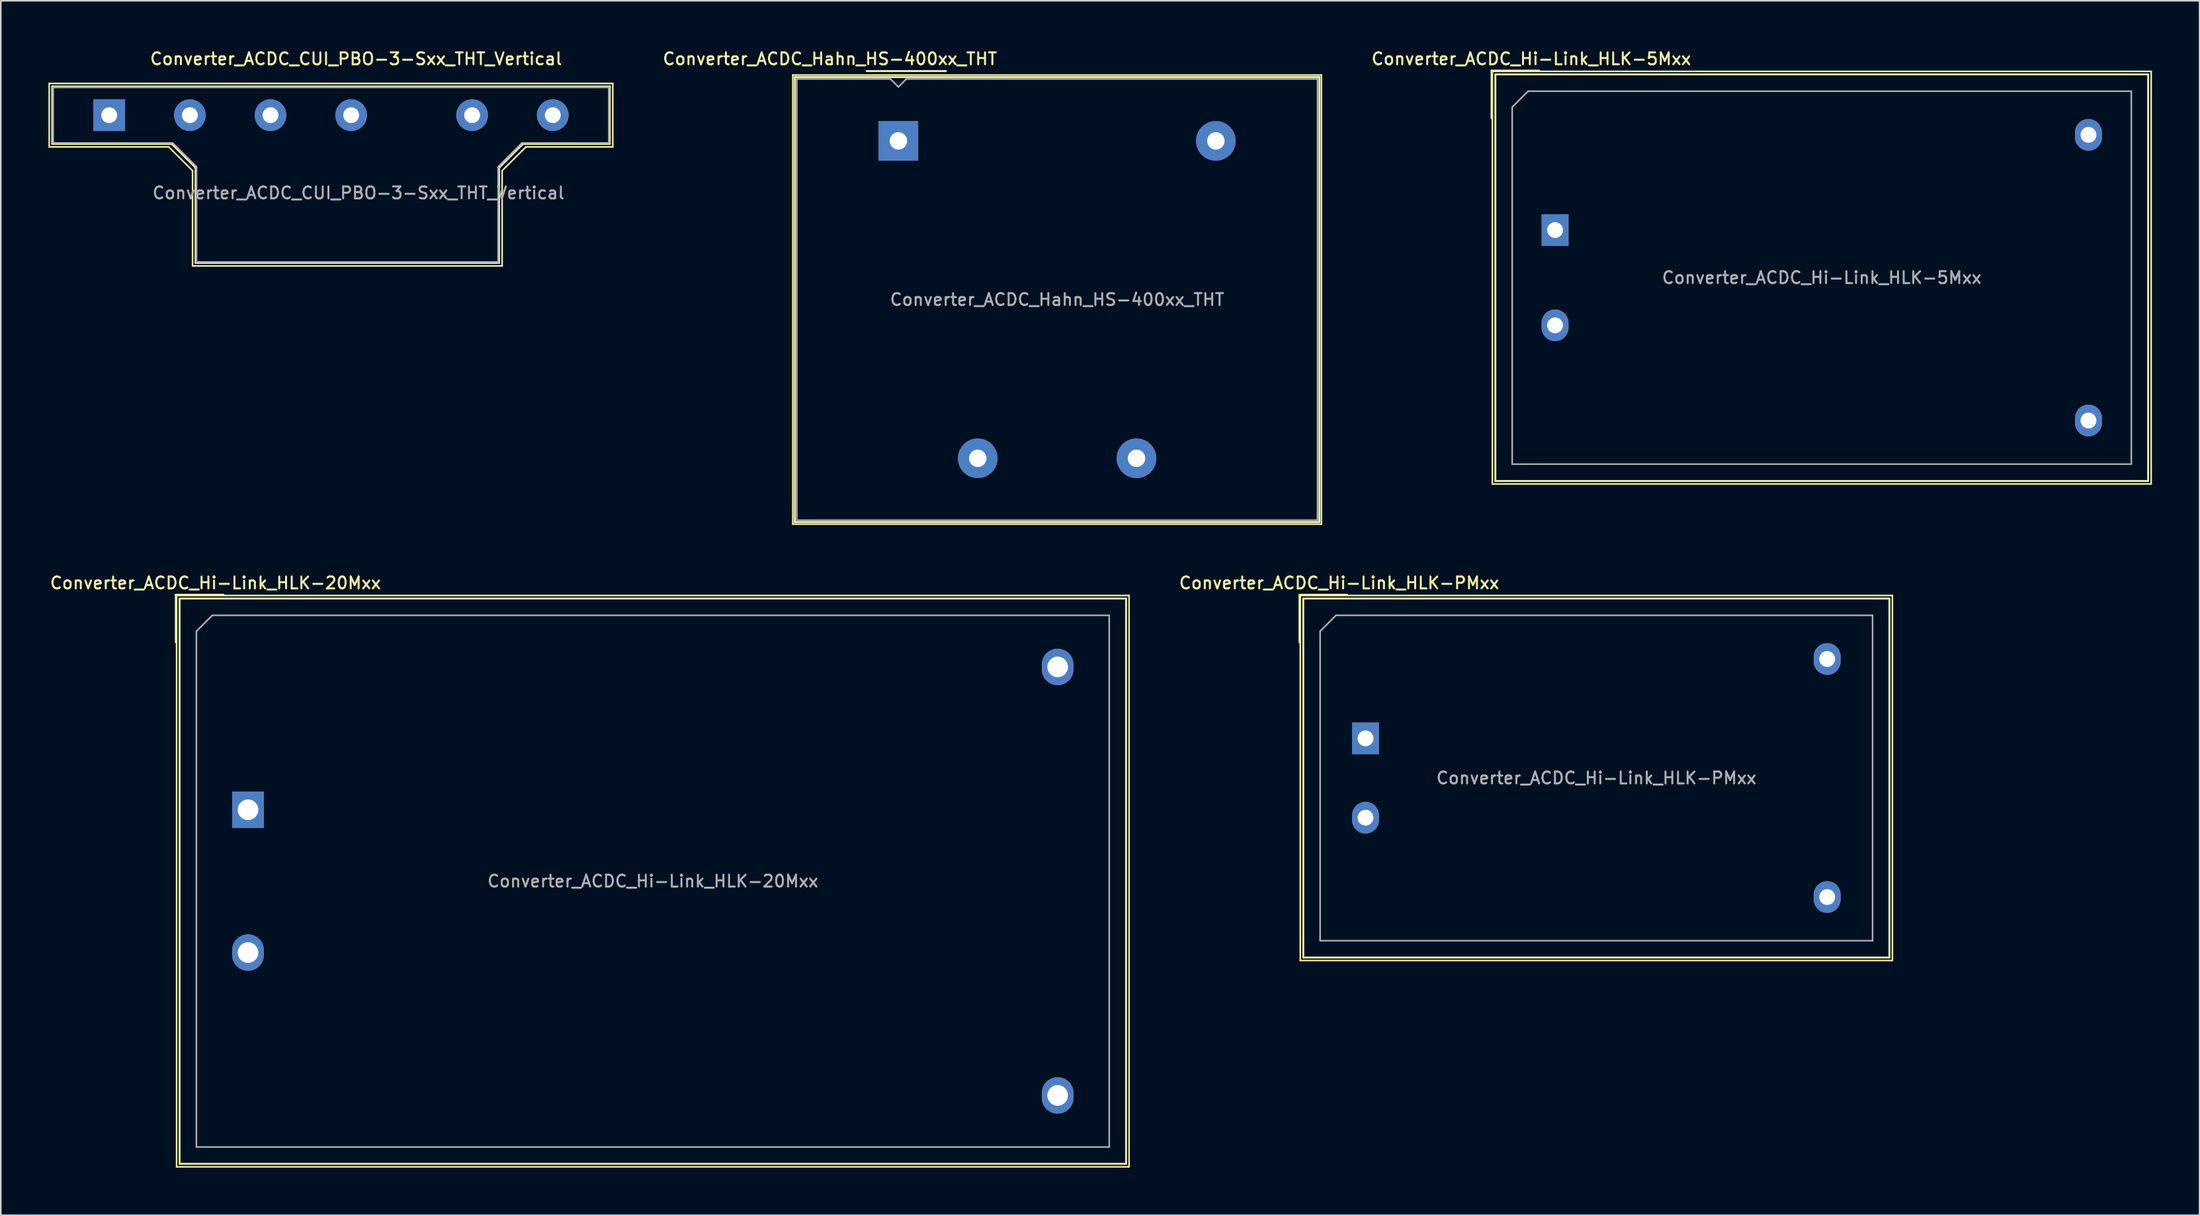
<source format=kicad_pcb>
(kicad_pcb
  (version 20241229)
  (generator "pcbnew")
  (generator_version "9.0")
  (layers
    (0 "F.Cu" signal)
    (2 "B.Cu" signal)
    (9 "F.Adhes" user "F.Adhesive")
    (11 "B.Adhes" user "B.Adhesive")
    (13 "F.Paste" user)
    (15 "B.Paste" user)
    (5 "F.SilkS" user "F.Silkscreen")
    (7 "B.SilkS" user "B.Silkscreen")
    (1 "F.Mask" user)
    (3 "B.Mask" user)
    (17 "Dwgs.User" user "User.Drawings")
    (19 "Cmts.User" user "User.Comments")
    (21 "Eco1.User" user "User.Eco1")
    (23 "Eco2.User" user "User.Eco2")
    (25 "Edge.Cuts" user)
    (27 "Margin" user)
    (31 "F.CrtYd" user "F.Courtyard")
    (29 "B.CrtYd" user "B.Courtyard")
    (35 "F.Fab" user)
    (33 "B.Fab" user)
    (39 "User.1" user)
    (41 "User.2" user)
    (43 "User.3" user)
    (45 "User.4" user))
  (footprint "Converter_ACDC_Hi-Link_HLK-5Mxx"
    (layer "F.Cu")
    (at 94.906 11.448)
    (property "Reference" "Converter_ACDC_Hi-Link_HLK-5Mxx" (at -1.5 -10.79 0) (layer "F.SilkS") (effects (font (size 0.75 0.75) (thickness 0.125))))
    (attr through_hole)
    (fp_line (start -4 -10.05) (end -1 -10.05) (stroke (width 0.12) (type solid)) (layer "F.SilkS"))
    (fp_line (start -4 -7.05) (end -4 -10.05) (stroke (width 0.12) (type solid)) (layer "F.SilkS"))
    (fp_line (start -3.95 -10) (end -3.95 16) (stroke (width 0.1) (type solid)) (layer "F.SilkS"))
    (fp_line (start -3.95 -10) (end 37.55 -10) (stroke (width 0.1) (type solid)) (layer "F.SilkS"))
    (fp_line (start -3.95 16) (end 37.55 16) (stroke (width 0.1) (type solid)) (layer "F.SilkS"))
    (fp_line (start -3.76 -9.81) (end -3.76 15.81) (stroke (width 0.12) (type solid)) (layer "F.SilkS"))
    (fp_line (start -3.76 -9.81) (end 37.36 -9.81) (stroke (width 0.12) (type solid)) (layer "F.SilkS"))
    (fp_line (start -3.76 15.81) (end 37.36 15.81) (stroke (width 0.12) (type solid)) (layer "F.SilkS"))
    (fp_line (start 37.36 -9.81) (end 37.36 15.81) (stroke (width 0.12) (type solid)) (layer "F.SilkS"))
    (fp_line (start 37.55 -10) (end 37.55 16) (stroke (width 0.1) (type solid)) (layer "F.SilkS"))
    (fp_line (start -2.7 -7.75) (end -1.7 -8.75) (stroke (width 0.1) (type solid)) (layer "F.Fab"))
    (fp_line (start -2.7 14.75) (end -2.7 -7.75) (stroke (width 0.1) (type solid)) (layer "F.Fab"))
    (fp_line (start -1.7 -8.75) (end 36.3 -8.75) (stroke (width 0.1) (type solid)) (layer "F.Fab"))
    (fp_line (start 36.3 -8.75) (end 36.3 14.75) (stroke (width 0.1) (type solid)) (layer "F.Fab"))
    (fp_line (start 36.3 14.75) (end -2.7 14.75) (stroke (width 0.1) (type solid)) (layer "F.Fab"))
    (fp_text user "${REFERENCE}" (at 16.8 3 0) (layer "F.Fab") (effects (font (size 0.75 0.75) (thickness 0.125))))
    (pad "1" thru_hole rect (at 0 0) (size 1.7 2) (drill 1) (layers "*.Cu" "*.Mask"))
    (pad "2" thru_hole oval (at 0 6) (size 1.7 2) (drill 1) (layers "*.Cu" "*.Mask"))
    (pad "3" thru_hole oval (at 33.6 -6) (size 1.7 2) (drill 1) (layers "*.Cu" "*.Mask"))
    (pad "4" thru_hole oval (at 33.6 12) (size 1.7 2) (drill 1) (layers "*.Cu" "*.Mask")))
  (footprint "Converter_ACDC_Hi-Link_HLK-20Mxx"
    (layer "F.Cu")
    (at 12.573 47.976)
    (property "Reference" "Converter_ACDC_Hi-Link_HLK-20Mxx" (at -2.05 -14.29 0) (layer "F.SilkS") (effects (font (size 0.75 0.75) (thickness 0.125))))
    (attr through_hole)
    (fp_line (start -4.55 -13.55) (end -1.55 -13.55) (stroke (width 0.12) (type solid)) (layer "F.SilkS"))
    (fp_line (start -4.55 -10.55) (end -4.55 -13.55) (stroke (width 0.12) (type solid)) (layer "F.SilkS"))
    (fp_line (start -4.5 -13.5) (end -4.5 22.5) (stroke (width 0.1) (type solid)) (layer "F.SilkS"))
    (fp_line (start -4.5 -13.5) (end 55.5 -13.5) (stroke (width 0.1) (type solid)) (layer "F.SilkS"))
    (fp_line (start -4.5 22.5) (end 55.5 22.5) (stroke (width 0.1) (type solid)) (layer "F.SilkS"))
    (fp_line (start -4.31 -13.31) (end -4.31 22.31) (stroke (width 0.12) (type solid)) (layer "F.SilkS"))
    (fp_line (start -4.31 -13.31) (end 55.31 -13.31) (stroke (width 0.12) (type solid)) (layer "F.SilkS"))
    (fp_line (start -4.31 22.31) (end 55.31 22.31) (stroke (width 0.12) (type solid)) (layer "F.SilkS"))
    (fp_line (start 55.31 -13.31) (end 55.31 22.31) (stroke (width 0.12) (type solid)) (layer "F.SilkS"))
    (fp_line (start 55.5 -13.5) (end 55.5 22.5) (stroke (width 0.1) (type solid)) (layer "F.SilkS"))
    (fp_line (start -3.25 -11.25) (end -2.25 -12.25) (stroke (width 0.1) (type solid)) (layer "F.Fab"))
    (fp_line (start -3.25 21.25) (end -3.25 -11.25) (stroke (width 0.1) (type solid)) (layer "F.Fab"))
    (fp_line (start -2.25 -12.25) (end 54.25 -12.25) (stroke (width 0.1) (type solid)) (layer "F.Fab"))
    (fp_line (start 54.25 -12.25) (end 54.25 21.25) (stroke (width 0.1) (type solid)) (layer "F.Fab"))
    (fp_line (start 54.25 21.25) (end -3.25 21.25) (stroke (width 0.1) (type solid)) (layer "F.Fab"))
    (fp_text user "${REFERENCE}" (at 25.5 4.5 0) (layer "F.Fab") (effects (font (size 0.75 0.75) (thickness 0.125))))
    (pad "1" thru_hole rect (at 0 0) (size 2 2.3) (drill 1.3) (layers "*.Cu" "*.Mask"))
    (pad "2" thru_hole oval (at 0 9) (size 2 2.3) (drill 1.3) (layers "*.Cu" "*.Mask"))
    (pad "3" thru_hole oval (at 51 -9) (size 2 2.3) (drill 1.3) (layers "*.Cu" "*.Mask"))
    (pad "4" thru_hole oval (at 51 18) (size 2 2.3) (drill 1.3) (layers "*.Cu" "*.Mask")))
  (footprint "Converter_ACDC_CUI_PBO-3-Sxx_THT_Vertical"
    (layer "F.Cu")
    (at 3.83 4.208)
    (property "Reference" "Converter_ACDC_CUI_PBO-3-Sxx_THT_Vertical" (at 15.55 -3.55 0) (layer "F.SilkS") (effects (font (size 0.75 0.75) (thickness 0.125))))
    (attr through_hole)
    (fp_line (start -3.78 -2) (end 31.72 -2) (stroke (width 0.1) (type solid)) (layer "F.SilkS"))
    (fp_line (start -3.78 2) (end -3.78 -2) (stroke (width 0.1) (type solid)) (layer "F.SilkS"))
    (fp_line (start -3.59 -1.81) (end 31.53 -1.81) (stroke (width 0.12) (type solid)) (layer "F.SilkS"))
    (fp_line (start -3.59 1.81) (end -3.59 -1.81) (stroke (width 0.12) (type solid)) (layer "F.SilkS"))
    (fp_line (start 3.75 2) (end -3.78 2) (stroke (width 0.1) (type solid)) (layer "F.SilkS"))
    (fp_line (start 3.94 1.81) (end -3.59 1.81) (stroke (width 0.12) (type solid)) (layer "F.SilkS"))
    (fp_line (start 5.25 3.5) (end 3.75 2) (stroke (width 0.1) (type solid)) (layer "F.SilkS"))
    (fp_line (start 5.25 9.5) (end 5.25 3.5) (stroke (width 0.1) (type solid)) (layer "F.SilkS"))
    (fp_line (start 5.44 3.31) (end 3.94 1.81) (stroke (width 0.12) (type solid)) (layer "F.SilkS"))
    (fp_line (start 5.44 9.31) (end 5.44 3.31) (stroke (width 0.12) (type solid)) (layer "F.SilkS"))
    (fp_line (start 24.56 3.31) (end 24.56 9.31) (stroke (width 0.12) (type solid)) (layer "F.SilkS"))
    (fp_line (start 24.56 9.31) (end 5.44 9.31) (stroke (width 0.12) (type solid)) (layer "F.SilkS"))
    (fp_line (start 24.75 3.5) (end 24.75 9.5) (stroke (width 0.1) (type solid)) (layer "F.SilkS"))
    (fp_line (start 24.75 9.5) (end 5.25 9.5) (stroke (width 0.1) (type solid)) (layer "F.SilkS"))
    (fp_line (start 26.06 1.81) (end 24.56 3.31) (stroke (width 0.12) (type solid)) (layer "F.SilkS"))
    (fp_line (start 26.25 2) (end 24.75 3.5) (stroke (width 0.1) (type solid)) (layer "F.SilkS"))
    (fp_line (start 31.53 -1.81) (end 31.53 1.81) (stroke (width 0.12) (type solid)) (layer "F.SilkS"))
    (fp_line (start 31.53 1.81) (end 26.06 1.81) (stroke (width 0.12) (type solid)) (layer "F.SilkS"))
    (fp_line (start 31.72 -2) (end 31.72 2) (stroke (width 0.1) (type solid)) (layer "F.SilkS"))
    (fp_line (start 31.72 2) (end 26.25 2) (stroke (width 0.1) (type solid)) (layer "F.SilkS"))
    (fp_line (start -3.53 -1.75) (end -3.53 1.75) (stroke (width 0.1) (type solid)) (layer "F.Fab"))
    (fp_line (start -3.53 -1.75) (end 31.47 -1.75) (stroke (width 0.1) (type solid)) (layer "F.Fab"))
    (fp_line (start -3.53 1.75) (end 4 1.75) (stroke (width 0.1) (type solid)) (layer "F.Fab"))
    (fp_line (start 4 1.75) (end 5.5 3.25) (stroke (width 0.1) (type solid)) (layer "F.Fab"))
    (fp_line (start 5.5 3.25) (end 5.5 9.25) (stroke (width 0.1) (type solid)) (layer "F.Fab"))
    (fp_line (start 5.5 9.25) (end 24.5 9.25) (stroke (width 0.1) (type solid)) (layer "F.Fab"))
    (fp_line (start 24.5 3.25) (end 24.5 9.25) (stroke (width 0.1) (type solid)) (layer "F.Fab"))
    (fp_line (start 24.5 3.25) (end 26 1.75) (stroke (width 0.1) (type solid)) (layer "F.Fab"))
    (fp_line (start 26 1.75) (end 31.47 1.75) (stroke (width 0.1) (type solid)) (layer "F.Fab"))
    (fp_line (start 31.47 -1.75) (end 31.47 1.75) (stroke (width 0.1) (type solid)) (layer "F.Fab"))
    (fp_text user "${REFERENCE}" (at 15.7 4.9 0) (layer "F.Fab") (effects (font (size 0.75 0.75) (thickness 0.125))))
    (pad "1" thru_hole rect (at 0 0) (size 2 2) (drill 1) (layers "*.Cu" "*.Mask"))
    (pad "3" thru_hole circle (at 5.08 0) (size 2 2) (drill 1) (layers "*.Cu" "*.Mask"))
    (pad "5" thru_hole circle (at 10.16 0) (size 2 2) (drill 1) (layers "*.Cu" "*.Mask"))
    (pad "7" thru_hole circle (at 15.24 0) (size 2 2) (drill 1) (layers "*.Cu" "*.Mask"))
    (pad "10" thru_hole circle (at 22.86 0) (size 2 2) (drill 1) (layers "*.Cu" "*.Mask"))
    (pad "12" thru_hole circle (at 27.94 0) (size 2 2) (drill 1) (layers "*.Cu" "*.Mask")))
  (footprint "Converter_ACDC_Hi-Link_HLK-PMxx"
    (layer "F.Cu")
    (at 82.967 43.476)
    (property "Reference" "Converter_ACDC_Hi-Link_HLK-PMxx" (at -1.66 -9.79 0) (layer "F.SilkS") (effects (font (size 0.75 0.75) (thickness 0.125))))
    (attr through_hole)
    (fp_line (start -4.16 -9.05) (end -1.16 -9.05) (stroke (width 0.12) (type solid)) (layer "F.SilkS"))
    (fp_line (start -4.16 -6.05) (end -4.16 -9.05) (stroke (width 0.12) (type solid)) (layer "F.SilkS"))
    (fp_line (start -4.11 -9) (end -4.11 14) (stroke (width 0.1) (type solid)) (layer "F.SilkS"))
    (fp_line (start -4.11 -9) (end 33.19 -9) (stroke (width 0.1) (type solid)) (layer "F.SilkS"))
    (fp_line (start -4.11 14) (end 33.19 14) (stroke (width 0.1) (type solid)) (layer "F.SilkS"))
    (fp_line (start -3.92 -8.81) (end -3.92 13.81) (stroke (width 0.12) (type solid)) (layer "F.SilkS"))
    (fp_line (start -3.92 -8.81) (end 33 -8.81) (stroke (width 0.12) (type solid)) (layer "F.SilkS"))
    (fp_line (start -3.92 13.81) (end 33 13.81) (stroke (width 0.12) (type solid)) (layer "F.SilkS"))
    (fp_line (start 33 -8.81) (end 33 13.81) (stroke (width 0.12) (type solid)) (layer "F.SilkS"))
    (fp_line (start 33.19 -9) (end 33.19 14) (stroke (width 0.1) (type solid)) (layer "F.SilkS"))
    (fp_line (start -2.86 -6.75) (end -1.86 -7.75) (stroke (width 0.1) (type solid)) (layer "F.Fab"))
    (fp_line (start -2.86 12.75) (end -2.86 -6.75) (stroke (width 0.1) (type solid)) (layer "F.Fab"))
    (fp_line (start -1.86 -7.75) (end 31.94 -7.75) (stroke (width 0.1) (type solid)) (layer "F.Fab"))
    (fp_line (start 31.94 -7.75) (end 31.94 12.75) (stroke (width 0.1) (type solid)) (layer "F.Fab"))
    (fp_line (start 31.94 12.75) (end -2.86 12.75) (stroke (width 0.1) (type solid)) (layer "F.Fab"))
    (fp_text user "${REFERENCE}" (at 14.54 2.5 0) (layer "F.Fab") (effects (font (size 0.75 0.75) (thickness 0.125))))
    (pad "1" thru_hole rect (at 0 0) (size 1.7 2) (drill 1) (layers "*.Cu" "*.Mask"))
    (pad "2" thru_hole oval (at 0 5) (size 1.7 2) (drill 1) (layers "*.Cu" "*.Mask"))
    (pad "3" thru_hole oval (at 29.08 -5) (size 1.7 2) (drill 1) (layers "*.Cu" "*.Mask"))
    (pad "4" thru_hole oval (at 29.08 10) (size 1.7 2) (drill 1) (layers "*.Cu" "*.Mask")))
  (footprint "Converter_ACDC_Hahn_HS-400xx_THT"
    (layer "F.Cu")
    (at 53.54 5.828)
    (property "Reference" "Converter_ACDC_Hahn_HS-400xx_THT" (at -4.31 -5.17 180) (layer "F.SilkS") (effects (font (size 0.75 0.75) (thickness 0.125))))
    (attr through_hole)
    (fp_line (start -6.65 -4.15) (end 26.65 -4.15) (stroke (width 0.1) (type solid)) (layer "F.SilkS"))
    (fp_line (start -6.65 24.15) (end -6.65 -4.15) (stroke (width 0.1) (type solid)) (layer "F.SilkS"))
    (fp_line (start -6.52 -4.02) (end 26.52 -4.02) (stroke (width 0.12) (type solid)) (layer "F.SilkS"))
    (fp_line (start -6.52 24.02) (end -6.52 -4.02) (stroke (width 0.12) (type solid)) (layer "F.SilkS"))
    (fp_line (start -2 -4.4) (end 3 -4.4) (stroke (width 0.12) (type solid)) (layer "F.SilkS"))
    (fp_line (start 26.52 -4.02) (end 26.52 24.02) (stroke (width 0.12) (type solid)) (layer "F.SilkS"))
    (fp_line (start 26.52 24.02) (end -6.52 24.02) (stroke (width 0.12) (type solid)) (layer "F.SilkS"))
    (fp_line (start 26.65 -4.15) (end 26.65 24.15) (stroke (width 0.1) (type solid)) (layer "F.SilkS"))
    (fp_line (start 26.65 24.15) (end -6.65 24.15) (stroke (width 0.1) (type solid)) (layer "F.SilkS"))
    (fp_line (start -6.4 -3.9) (end -6.4 23.9) (stroke (width 0.1) (type solid)) (layer "F.Fab"))
    (fp_line (start -6.4 -3.9) (end -0.5 -3.9) (stroke (width 0.1) (type solid)) (layer "F.Fab"))
    (fp_line (start -6.4 23.9) (end 26.4 23.9) (stroke (width 0.1) (type solid)) (layer "F.Fab"))
    (fp_line (start -0.5 -3.9) (end 0 -3.4) (stroke (width 0.1) (type solid)) (layer "F.Fab"))
    (fp_line (start 0 -3.4) (end 0.5 -3.9) (stroke (width 0.1) (type solid)) (layer "F.Fab"))
    (fp_line (start 0.5 -3.9) (end 26.4 -3.9) (stroke (width 0.1) (type solid)) (layer "F.Fab"))
    (fp_line (start 26.4 -3.9) (end 26.4 23.9) (stroke (width 0.1) (type solid)) (layer "F.Fab"))
    (fp_text user "${REFERENCE}" (at 10 10 0) (layer "F.Fab") (effects (font (size 0.75 0.75) (thickness 0.125))))
    (pad "1" thru_hole rect (at 0 0 270) (size 2.5 2.5) (drill 1.1) (layers "*.Cu" "*.Mask"))
    (pad "5" thru_hole circle (at 20 0 270) (size 2.5 2.5) (drill 1.1) (layers "*.Cu" "*.Mask"))
    (pad "7" thru_hole circle (at 15 20 270) (size 2.5 2.5) (drill 1.1) (layers "*.Cu" "*.Mask"))
    (pad "9" thru_hole circle (at 5 20 270) (size 2.5 2.5) (drill 1.1) (layers "*.Cu" "*.Mask")))
  (gr_rect
    (start -3 -3)
    (end 135.506 73.526)
    (stroke (width 0.1) (type default))
    (fill no)
    (layer "Edge.Cuts")))
</source>
